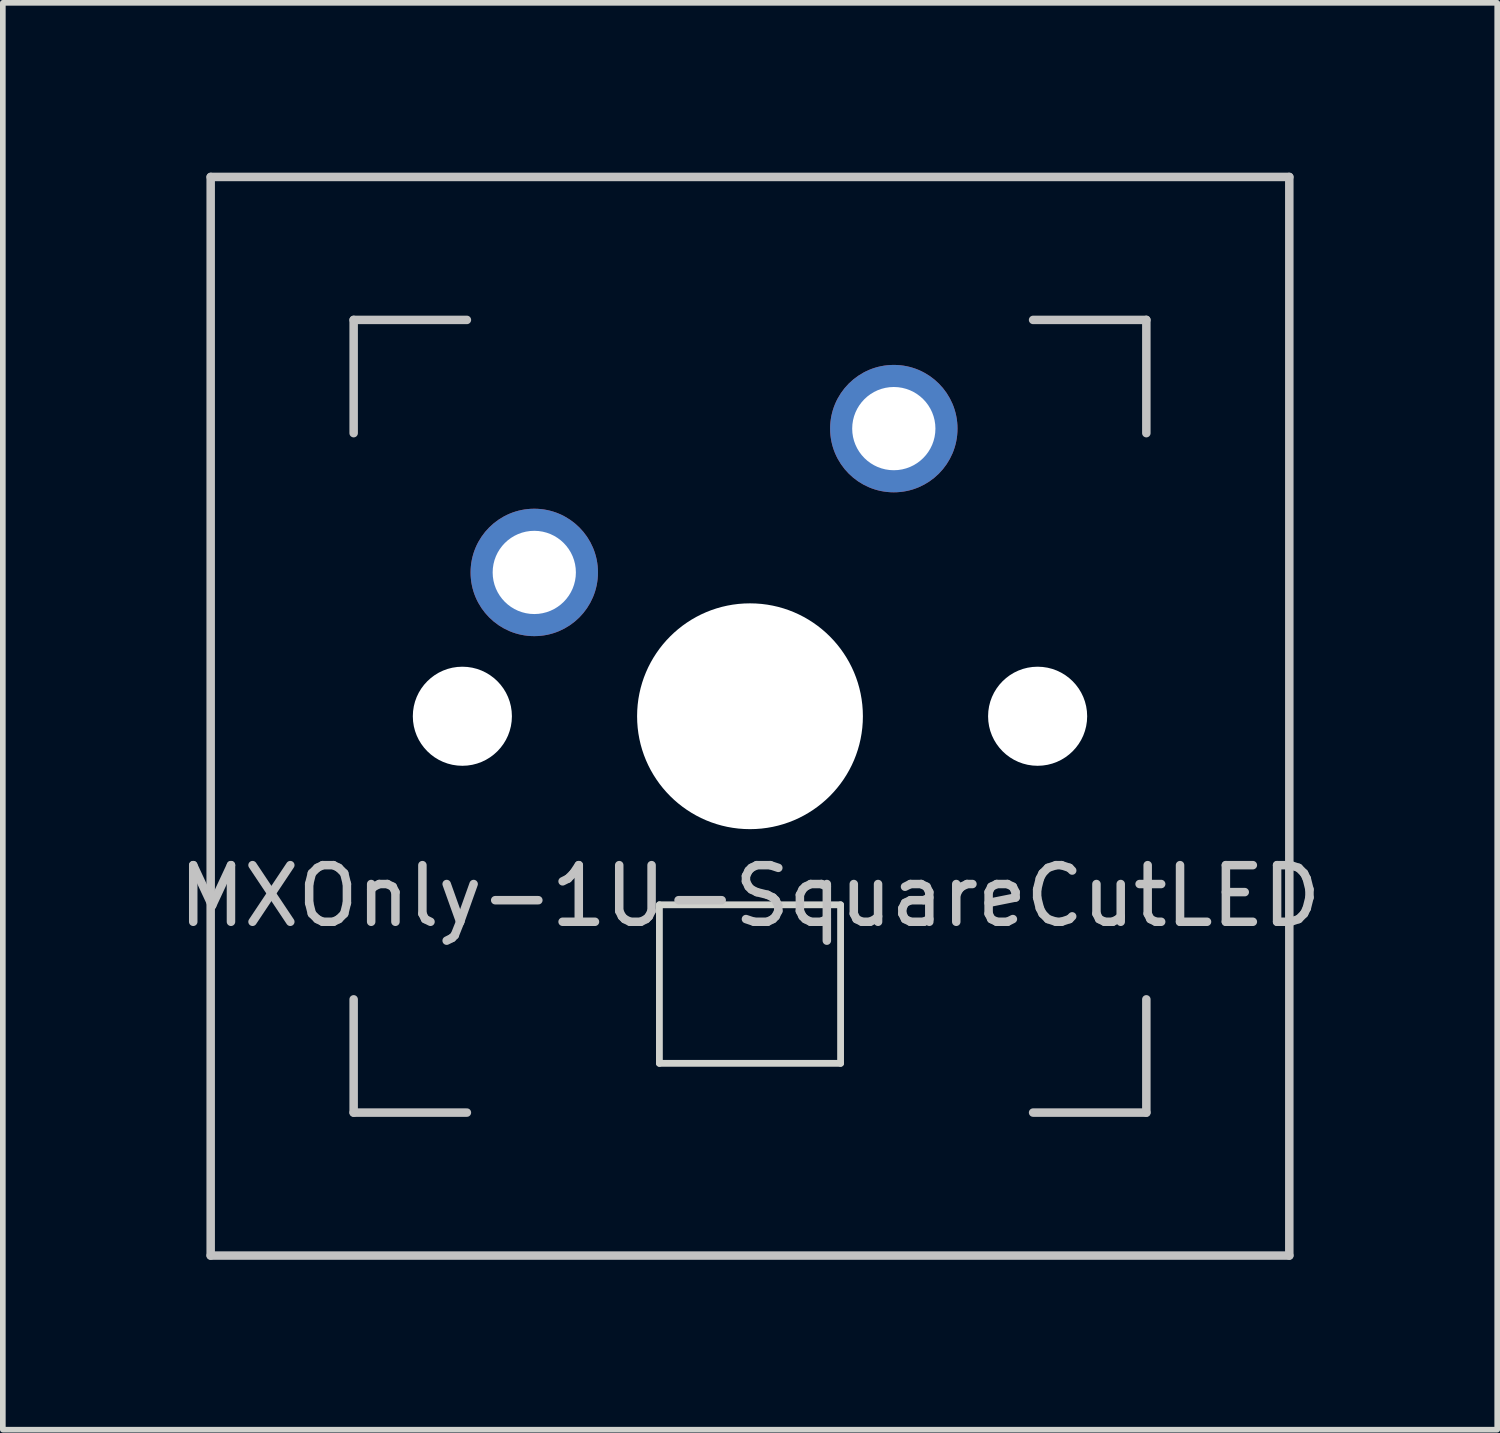
<source format=kicad_pcb>
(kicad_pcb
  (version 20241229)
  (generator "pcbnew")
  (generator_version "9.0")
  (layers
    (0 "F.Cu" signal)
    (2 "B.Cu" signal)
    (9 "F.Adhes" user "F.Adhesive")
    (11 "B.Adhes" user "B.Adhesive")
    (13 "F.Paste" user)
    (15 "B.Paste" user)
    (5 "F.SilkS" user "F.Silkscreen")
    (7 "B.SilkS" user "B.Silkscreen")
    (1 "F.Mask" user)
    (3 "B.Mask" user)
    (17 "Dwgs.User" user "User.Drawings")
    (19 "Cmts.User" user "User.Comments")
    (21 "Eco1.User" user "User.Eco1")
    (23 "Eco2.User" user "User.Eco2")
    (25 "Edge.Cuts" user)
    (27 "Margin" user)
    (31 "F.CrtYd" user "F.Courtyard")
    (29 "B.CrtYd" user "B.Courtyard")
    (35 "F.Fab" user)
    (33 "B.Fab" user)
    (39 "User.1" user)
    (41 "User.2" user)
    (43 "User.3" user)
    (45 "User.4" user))
  (footprint "MXOnly-1U-SquareCutLED"
    (layer "F.Cu")
    (at 10.196 9.6)
    (property "Reference" "MXOnly-1U-SquareCutLED" (at 0 3.175 0) (layer "Dwgs.User") (effects (font (size 1 1) (thickness 0.15))))
    (attr through_hole)
    (fp_line (start -9.525 -9.525) (end 9.525 -9.525) (stroke (width 0.15) (type solid)) (layer "Dwgs.User"))
    (fp_line (start -9.525 9.525) (end -9.525 -9.525) (stroke (width 0.15) (type solid)) (layer "Dwgs.User"))
    (fp_line (start -7 -7) (end -7 -5) (stroke (width 0.15) (type solid)) (layer "Dwgs.User"))
    (fp_line (start -7 5) (end -7 7) (stroke (width 0.15) (type solid)) (layer "Dwgs.User"))
    (fp_line (start -7 7) (end -5 7) (stroke (width 0.15) (type solid)) (layer "Dwgs.User"))
    (fp_line (start -5 -7) (end -7 -7) (stroke (width 0.15) (type solid)) (layer "Dwgs.User"))
    (fp_line (start 5 -7) (end 7 -7) (stroke (width 0.15) (type solid)) (layer "Dwgs.User"))
    (fp_line (start 5 7) (end 7 7) (stroke (width 0.15) (type solid)) (layer "Dwgs.User"))
    (fp_line (start 7 -7) (end 7 -5) (stroke (width 0.15) (type solid)) (layer "Dwgs.User"))
    (fp_line (start 7 7) (end 7 5) (stroke (width 0.15) (type solid)) (layer "Dwgs.User"))
    (fp_line (start 9.525 -9.525) (end 9.525 9.525) (stroke (width 0.15) (type solid)) (layer "Dwgs.User"))
    (fp_line (start 9.525 9.525) (end -9.525 9.525) (stroke (width 0.15) (type solid)) (layer "Dwgs.User"))
    (fp_line (start -1.6 3.33) (end -1.6 6.13) (stroke (width 0.12) (type solid)) (layer "Edge.Cuts"))
    (fp_line (start -1.6 3.33) (end 1.6 3.33) (stroke (width 0.12) (type solid)) (layer "Edge.Cuts"))
    (fp_line (start -1.6 6.13) (end 1.6 6.13) (stroke (width 0.12) (type solid)) (layer "Edge.Cuts"))
    (fp_line (start 1.6 3.33) (end 1.6 6.13) (stroke (width 0.12) (type solid)) (layer "Edge.Cuts"))
    (pad "" np_thru_hole circle (at -5.08 0 48.1) (size 1.75 1.75) (drill 1.75) (layers "*.Cu" "*.Mask"))
    (pad "" np_thru_hole circle (at 0 0) (size 3.988 3.988) (drill 3.988) (layers "*.Cu" "*.Mask"))
    (pad "" np_thru_hole circle (at 5.08 0 48.1) (size 1.75 1.75) (drill 1.75) (layers "*.Cu" "*.Mask"))
    (pad "1" thru_hole circle (at -3.81 -2.54) (size 2.25 2.25) (drill 1.47) (layers "*.Cu" "B.Mask"))
    (pad "2" thru_hole circle (at 2.54 -5.08) (size 2.25 2.25) (drill 1.47) (layers "*.Cu" "B.Mask")))
  (gr_rect
    (start -3 -3)
    (end 23.393 22.2)
    (stroke (width 0.1) (type default))
    (fill no)
    (layer "Edge.Cuts")))
</source>
